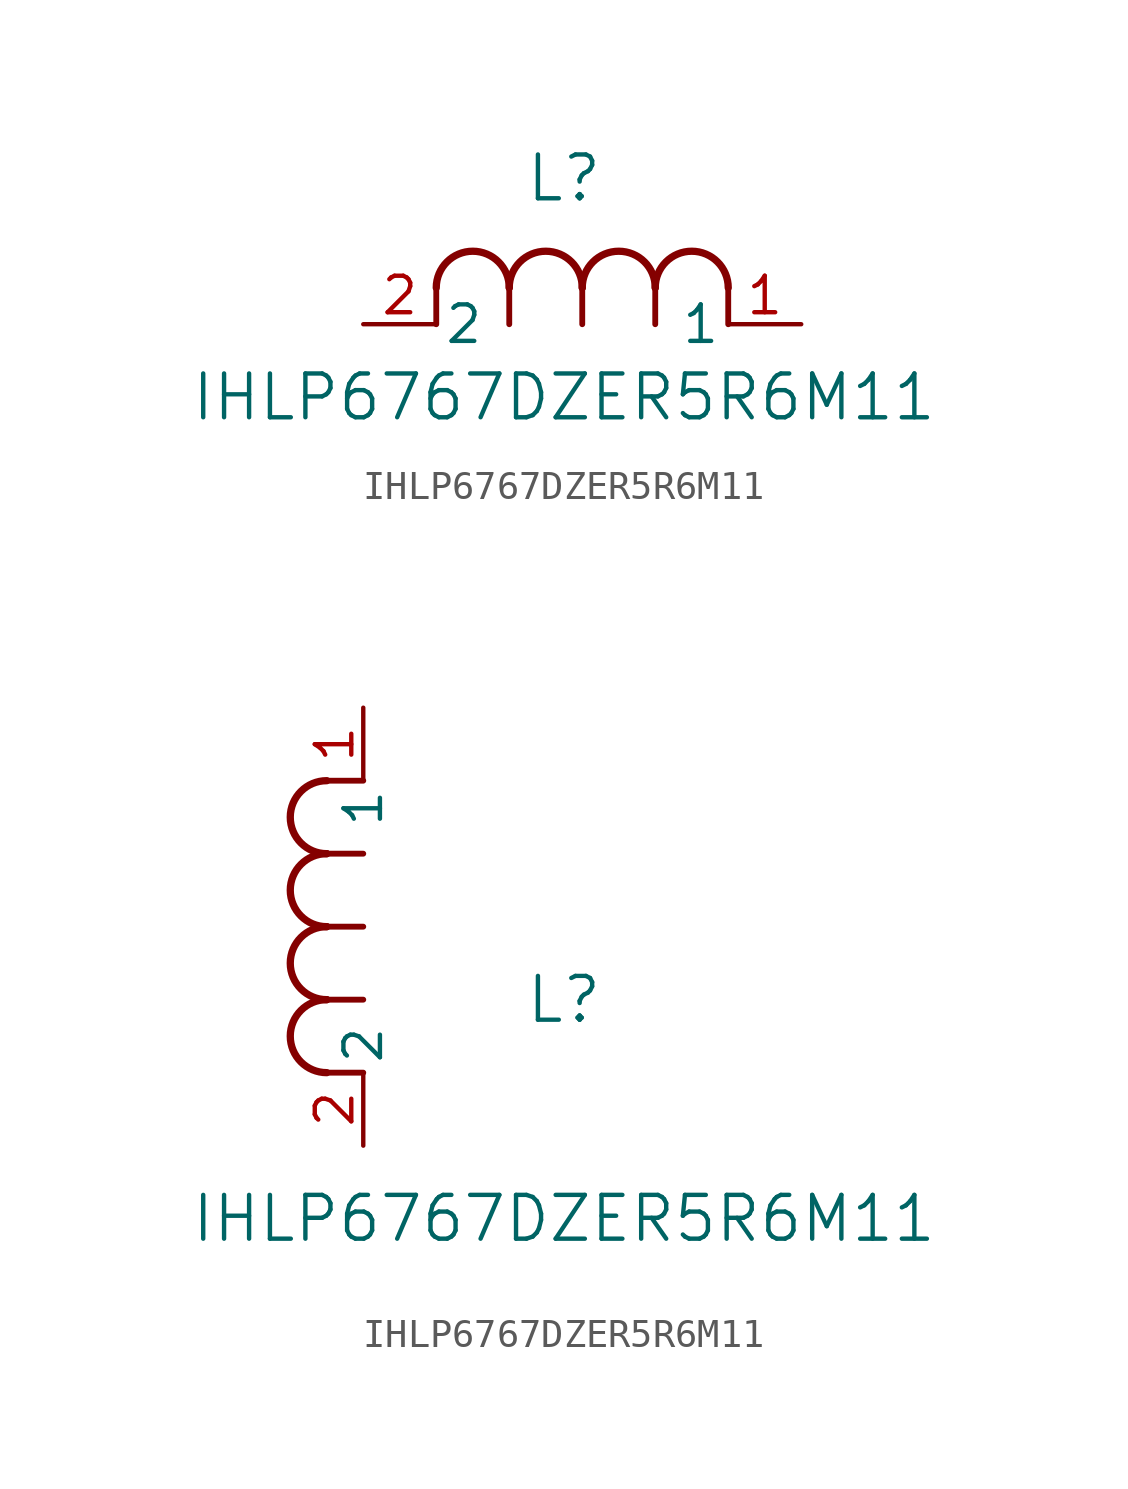
<source format=kicad_sym>
(kicad_symbol_lib
  (version 20211014)
  (generator kicad_symbol_editor)
  (symbol "IHLP6767DZER5R6M11"
    (pin_names
      (offset 0.254))
    (property "Reference" "L"
      (at 6.985 5.08 0)
      (effects (font (size 1.524 1.524))))
    (property "Value" "IHLP6767DZER5R6M11"
      (at 6.985 -2.54 0)
      (effects (font (size 1.524 1.524))))
    (symbol "IHLP6767DZER5R6M11_1_1"
      (arc (start 7.62 1.27) (mid 6.35 2.54) (end 5.08 1.27) (stroke (width 0.254) (type default) (color 0 0 0 0)) (fill (type none)))
      (polyline (pts (xy 5.08 0) (xy 5.08 1.27)) (stroke (width 0.203) (type default) (color 0 0 0 0)) (fill (type none)))
      (polyline (pts (xy 7.62 0) (xy 7.62 1.27)) (stroke (width 0.203) (type default) (color 0 0 0 0)) (fill (type none)))
      (polyline (pts (xy 12.7 0) (xy 12.7 1.27)) (stroke (width 0.203) (type default) (color 0 0 0 0)) (fill (type none)))
      (arc (start 5.08 1.27) (mid 3.81 2.54) (end 2.54 1.27) (stroke (width 0.254) (type default) (color 0 0 0 0)) (fill (type none)))
      (arc (start 10.16 1.27) (mid 8.89 2.54) (end 7.62 1.27) (stroke (width 0.254) (type default) (color 0 0 0 0)) (fill (type none)))
      (arc (start 12.7 1.27) (mid 11.43 2.54) (end 10.16 1.27) (stroke (width 0.254) (type default) (color 0 0 0 0)) (fill (type none)))
      (polyline (pts (xy 2.54 0) (xy 2.54 1.27)) (stroke (width 0.203) (type default) (color 0 0 0 0)) (fill (type none)))
      (polyline (pts (xy 10.16 0) (xy 10.16 1.27)) (stroke (width 0.203) (type default) (color 0 0 0 0)) (fill (type none)))
      (pin unspecified line (at 0 0 0) (length 2.54) (name "2" (effects (font (size 1.27 1.27)))) (number "2" (effects (font (size 1.27 1.27)))))
      (pin unspecified line (at 15.24 0 180) (length 2.54) (name "1" (effects (font (size 1.27 1.27)))) (number "1" (effects (font (size 1.27 1.27))))))
    (symbol "IHLP6767DZER5R6M11_1_2"
      (arc (start -1.27 7.62) (mid -2.54 6.35) (end -1.27 5.08) (stroke (width 0.254) (type default) (color 0 0 0 0)) (fill (type none)))
      (arc (start -1.27 5.08) (mid -2.54 3.81) (end -1.27 2.54) (stroke (width 0.254) (type default) (color 0 0 0 0)) (fill (type none)))
      (arc (start -1.27 12.7) (mid -2.54 11.43) (end -1.27 10.16) (stroke (width 0.254) (type default) (color 0 0 0 0)) (fill (type none)))
      (arc (start -1.27 10.16) (mid -2.54 8.89) (end -1.27 7.62) (stroke (width 0.254) (type default) (color 0 0 0 0)) (fill (type none)))
      (polyline (pts (xy 0 7.62) (xy -1.27 7.62)) (stroke (width 0.203) (type default) (color 0 0 0 0)) (fill (type none)))
      (polyline (pts (xy 0 5.08) (xy -1.27 5.08)) (stroke (width 0.203) (type default) (color 0 0 0 0)) (fill (type none)))
      (polyline (pts (xy 0 12.7) (xy -1.27 12.7)) (stroke (width 0.203) (type default) (color 0 0 0 0)) (fill (type none)))
      (polyline (pts (xy 0 2.54) (xy -1.27 2.54)) (stroke (width 0.203) (type default) (color 0 0 0 0)) (fill (type none)))
      (polyline (pts (xy 0 10.16) (xy -1.27 10.16)) (stroke (width 0.203) (type default) (color 0 0 0 0)) (fill (type none)))
      (pin unspecified line (at 0 0 90) (length 2.54) (name "2" (effects (font (size 1.27 1.27)))) (number "2" (effects (font (size 1.27 1.27)))))
      (pin unspecified line (at 0 15.24 270) (length 2.54) (name "1" (effects (font (size 1.27 1.27)))) (number "1" (effects (font (size 1.27 1.27))))))))
</source>
